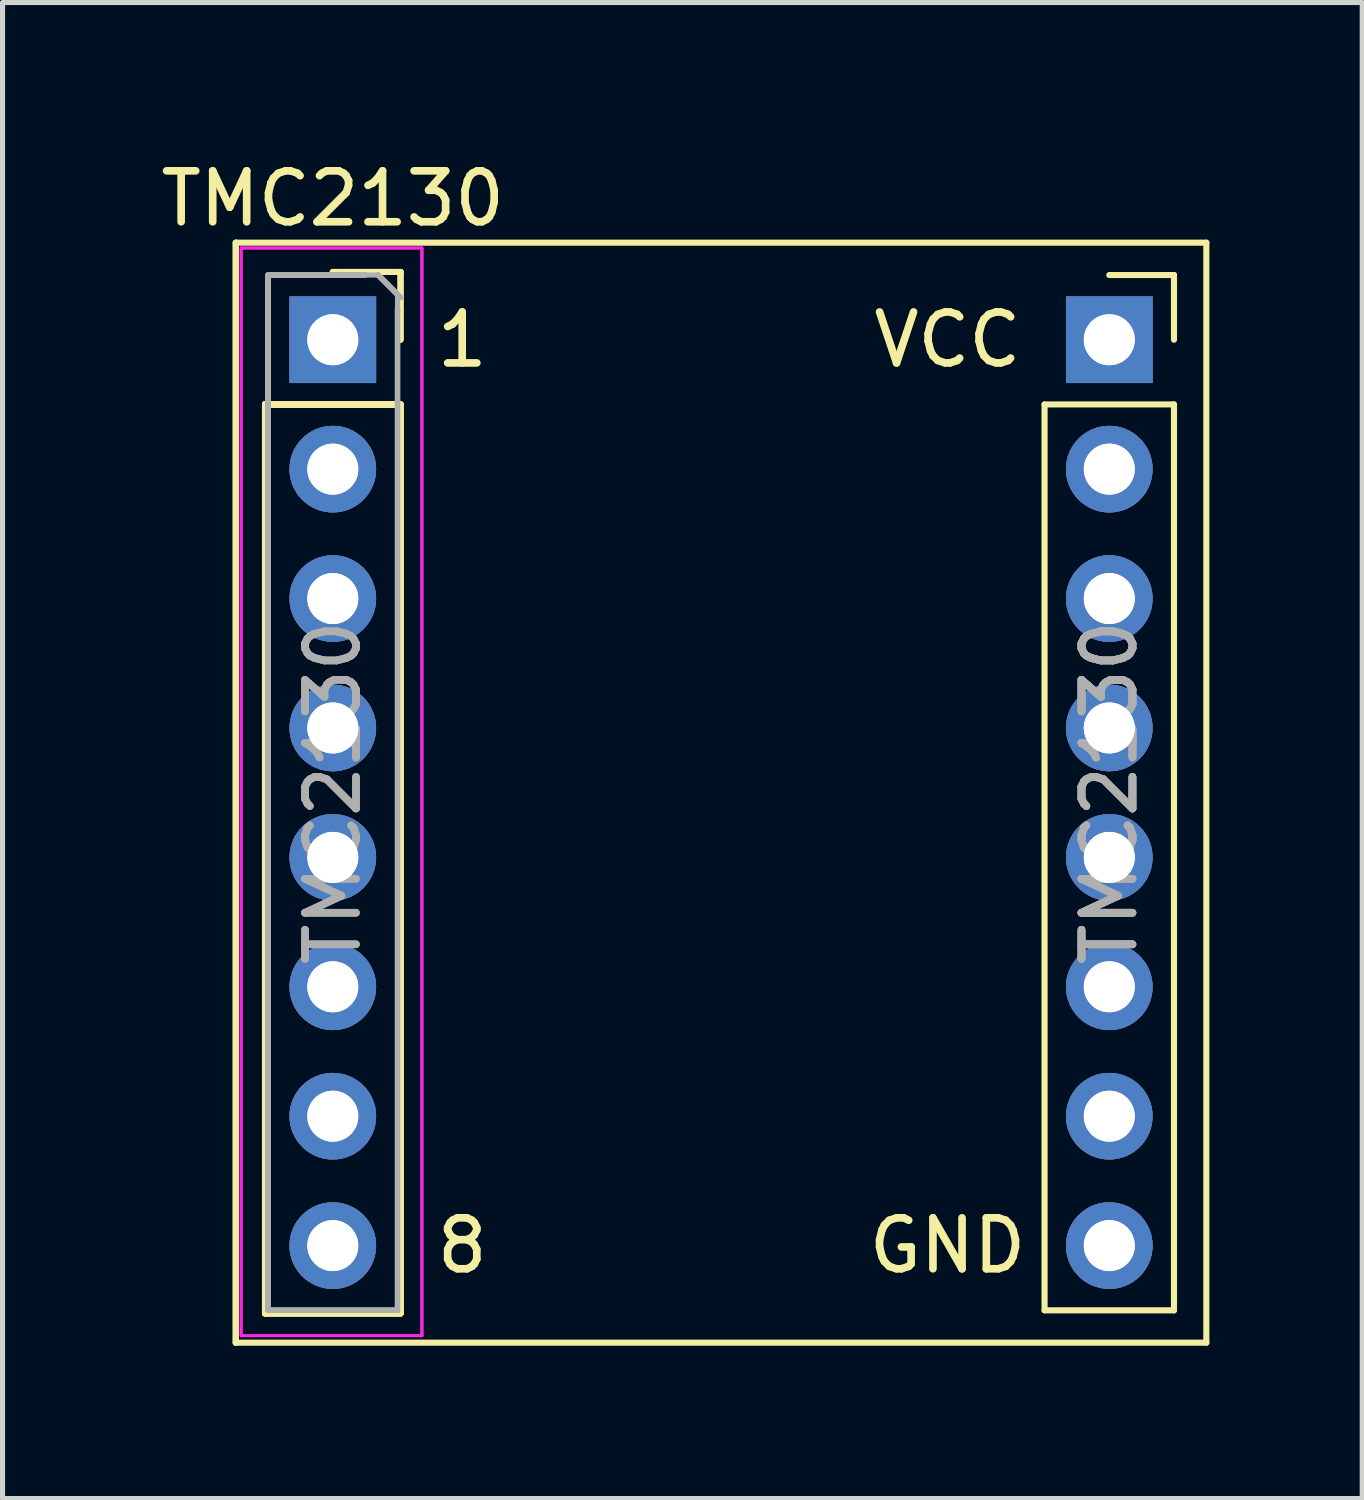
<source format=kicad_pcb>
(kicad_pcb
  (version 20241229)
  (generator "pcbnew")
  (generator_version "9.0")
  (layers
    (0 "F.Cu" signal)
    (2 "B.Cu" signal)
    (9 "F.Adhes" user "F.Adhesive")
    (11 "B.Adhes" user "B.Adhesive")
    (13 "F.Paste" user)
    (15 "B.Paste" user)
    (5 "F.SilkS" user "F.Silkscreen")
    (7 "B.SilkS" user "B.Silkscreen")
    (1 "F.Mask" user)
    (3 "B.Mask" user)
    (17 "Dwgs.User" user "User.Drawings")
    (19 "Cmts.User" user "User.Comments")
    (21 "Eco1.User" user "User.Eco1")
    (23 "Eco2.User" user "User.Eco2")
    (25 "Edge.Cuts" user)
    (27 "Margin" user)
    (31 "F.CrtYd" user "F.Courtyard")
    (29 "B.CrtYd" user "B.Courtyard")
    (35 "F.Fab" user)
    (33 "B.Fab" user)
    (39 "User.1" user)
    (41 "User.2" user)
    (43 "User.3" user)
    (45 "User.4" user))
  (footprint "TMC2130"
    (layer "F.Cu")
    (at 3.482 3.618)
    (property "Reference" "TMC2130" (at 0 -2.77 0) (layer "F.SilkS") (effects (font (size 1 1) (thickness 0.15))))
    (attr through_hole)
    (fp_line (start -1.905 19.685) (end -1.905 -1.905) (stroke (width 0.12) (type solid)) (layer "F.SilkS"))
    (fp_line (start -1.905 19.685) (end -1.905 -1.905) (stroke (width 0.12) (type solid)) (layer "F.SilkS"))
    (fp_line (start -1.905 19.685) (end 17.145 19.685) (stroke (width 0.12) (type solid)) (layer "F.SilkS"))
    (fp_line (start -1.33 1.27) (end -1.33 19.11) (stroke (width 0.12) (type solid)) (layer "F.SilkS"))
    (fp_line (start -1.33 1.27) (end -1.33 19.11) (stroke (width 0.12) (type solid)) (layer "F.SilkS"))
    (fp_line (start -1.33 1.27) (end -1.33 19.11) (stroke (width 0.12) (type solid)) (layer "F.SilkS"))
    (fp_line (start -1.33 1.27) (end -1.33 19.11) (stroke (width 0.12) (type solid)) (layer "F.SilkS"))
    (fp_line (start -1.33 1.27) (end 1.33 1.27) (stroke (width 0.12) (type solid)) (layer "F.SilkS"))
    (fp_line (start -1.33 1.27) (end 1.33 1.27) (stroke (width 0.12) (type solid)) (layer "F.SilkS"))
    (fp_line (start -1.33 1.27) (end 1.33 1.27) (stroke (width 0.12) (type solid)) (layer "F.SilkS"))
    (fp_line (start -1.33 1.27) (end 1.33 1.27) (stroke (width 0.12) (type solid)) (layer "F.SilkS"))
    (fp_line (start -1.33 1.27) (end 1.33 1.27) (stroke (width 0.12) (type solid)) (layer "F.SilkS"))
    (fp_line (start -1.33 1.27) (end 1.33 1.27) (stroke (width 0.12) (type solid)) (layer "F.SilkS"))
    (fp_line (start -1.33 1.27) (end 1.33 1.27) (stroke (width 0.12) (type solid)) (layer "F.SilkS"))
    (fp_line (start -1.33 1.27) (end 1.33 1.27) (stroke (width 0.12) (type solid)) (layer "F.SilkS"))
    (fp_line (start -1.33 19.11) (end 1.33 19.11) (stroke (width 0.12) (type solid)) (layer "F.SilkS"))
    (fp_line (start -1.33 19.11) (end 1.33 19.11) (stroke (width 0.12) (type solid)) (layer "F.SilkS"))
    (fp_line (start -1.33 19.11) (end 1.33 19.11) (stroke (width 0.12) (type solid)) (layer "F.SilkS"))
    (fp_line (start -1.33 19.11) (end 1.33 19.11) (stroke (width 0.12) (type solid)) (layer "F.SilkS"))
    (fp_line (start 0 -1.33) (end 1.33 -1.33) (stroke (width 0.12) (type solid)) (layer "F.SilkS"))
    (fp_line (start 0 -1.33) (end 1.33 -1.33) (stroke (width 0.12) (type solid)) (layer "F.SilkS"))
    (fp_line (start 1.33 -1.33) (end 1.33 0) (stroke (width 0.12) (type solid)) (layer "F.SilkS"))
    (fp_line (start 1.33 -1.33) (end 1.33 0) (stroke (width 0.12) (type solid)) (layer "F.SilkS"))
    (fp_line (start 1.33 1.27) (end 1.33 19.11) (stroke (width 0.12) (type solid)) (layer "F.SilkS"))
    (fp_line (start 1.33 1.27) (end 1.33 19.11) (stroke (width 0.12) (type solid)) (layer "F.SilkS"))
    (fp_line (start 1.33 1.27) (end 1.33 19.11) (stroke (width 0.12) (type solid)) (layer "F.SilkS"))
    (fp_line (start 1.33 1.27) (end 1.33 19.11) (stroke (width 0.12) (type solid)) (layer "F.SilkS"))
    (fp_line (start 13.97 1.27) (end 13.97 19.05) (stroke (width 0.12) (type solid)) (layer "F.SilkS"))
    (fp_line (start 13.97 19.05) (end 16.51 19.05) (stroke (width 0.12) (type solid)) (layer "F.SilkS"))
    (fp_line (start 15.24 -1.27) (end 16.51 -1.27) (stroke (width 0.12) (type solid)) (layer "F.SilkS"))
    (fp_line (start 16.51 -1.27) (end 16.51 0) (stroke (width 0.12) (type solid)) (layer "F.SilkS"))
    (fp_line (start 16.51 1.27) (end 13.97 1.27) (stroke (width 0.12) (type solid)) (layer "F.SilkS"))
    (fp_line (start 16.51 19.05) (end 16.51 1.27) (stroke (width 0.12) (type solid)) (layer "F.SilkS"))
    (fp_line (start 17.145 -1.905) (end -1.905 -1.905) (stroke (width 0.12) (type solid)) (layer "F.SilkS"))
    (fp_line (start 17.145 -1.905) (end 17.145 19.685) (stroke (width 0.12) (type solid)) (layer "F.SilkS"))
    (fp_line (start -1.8 -1.8) (end 1.75 -1.8) (stroke (width 0.05) (type solid)) (layer "F.CrtYd"))
    (fp_line (start -1.8 -1.8) (end 1.75 -1.8) (stroke (width 0.05) (type solid)) (layer "F.CrtYd"))
    (fp_line (start -1.8 -1.8) (end 1.75 -1.8) (stroke (width 0.05) (type solid)) (layer "F.CrtYd"))
    (fp_line (start -1.8 -1.8) (end 1.75 -1.8) (stroke (width 0.05) (type solid)) (layer "F.CrtYd"))
    (fp_line (start -1.8 19.55) (end -1.8 -1.8) (stroke (width 0.05) (type solid)) (layer "F.CrtYd"))
    (fp_line (start -1.8 19.55) (end -1.8 -1.8) (stroke (width 0.05) (type solid)) (layer "F.CrtYd"))
    (fp_line (start -1.8 19.55) (end -1.8 -1.8) (stroke (width 0.05) (type solid)) (layer "F.CrtYd"))
    (fp_line (start -1.8 19.55) (end -1.8 -1.8) (stroke (width 0.05) (type solid)) (layer "F.CrtYd"))
    (fp_line (start 1.75 -1.8) (end 1.75 19.55) (stroke (width 0.05) (type solid)) (layer "F.CrtYd"))
    (fp_line (start 1.75 -1.8) (end 1.75 19.55) (stroke (width 0.05) (type solid)) (layer "F.CrtYd"))
    (fp_line (start 1.75 -1.8) (end 1.75 19.55) (stroke (width 0.05) (type solid)) (layer "F.CrtYd"))
    (fp_line (start 1.75 -1.8) (end 1.75 19.55) (stroke (width 0.05) (type solid)) (layer "F.CrtYd"))
    (fp_line (start 1.75 19.55) (end -1.8 19.55) (stroke (width 0.05) (type solid)) (layer "F.CrtYd"))
    (fp_line (start 1.75 19.55) (end -1.8 19.55) (stroke (width 0.05) (type solid)) (layer "F.CrtYd"))
    (fp_line (start 1.75 19.55) (end -1.8 19.55) (stroke (width 0.05) (type solid)) (layer "F.CrtYd"))
    (fp_line (start 1.75 19.55) (end -1.8 19.55) (stroke (width 0.05) (type solid)) (layer "F.CrtYd"))
    (fp_line (start -1.27 -1.27) (end 0.635 -1.27) (stroke (width 0.1) (type solid)) (layer "F.Fab"))
    (fp_line (start -1.27 -1.27) (end 0.635 -1.27) (stroke (width 0.1) (type solid)) (layer "F.Fab"))
    (fp_line (start -1.27 -1.27) (end 0.635 -1.27) (stroke (width 0.1) (type solid)) (layer "F.Fab"))
    (fp_line (start -1.27 -1.27) (end 0.635 -1.27) (stroke (width 0.1) (type solid)) (layer "F.Fab"))
    (fp_line (start -1.27 -1.27) (end 0.635 -1.27) (stroke (width 0.1) (type solid)) (layer "F.Fab"))
    (fp_line (start -1.27 -1.27) (end 0.635 -1.27) (stroke (width 0.1) (type solid)) (layer "F.Fab"))
    (fp_line (start -1.27 -1.27) (end 0.635 -1.27) (stroke (width 0.1) (type solid)) (layer "F.Fab"))
    (fp_line (start -1.27 -1.27) (end 0.889 -1.27) (stroke (width 0.1) (type solid)) (layer "F.Fab"))
    (fp_line (start -1.27 19.05) (end -1.27 -1.27) (stroke (width 0.1) (type solid)) (layer "F.Fab"))
    (fp_line (start -1.27 19.05) (end -1.27 -1.27) (stroke (width 0.1) (type solid)) (layer "F.Fab"))
    (fp_line (start -1.27 19.05) (end -1.27 -1.27) (stroke (width 0.1) (type solid)) (layer "F.Fab"))
    (fp_line (start -1.27 19.05) (end -1.27 -1.27) (stroke (width 0.1) (type solid)) (layer "F.Fab"))
    (fp_line (start -1.27 19.05) (end -1.27 -1.27) (stroke (width 0.1) (type solid)) (layer "F.Fab"))
    (fp_line (start -1.27 19.05) (end -1.27 -1.27) (stroke (width 0.1) (type solid)) (layer "F.Fab"))
    (fp_line (start -1.27 19.05) (end -1.27 -1.27) (stroke (width 0.1) (type solid)) (layer "F.Fab"))
    (fp_line (start -1.27 19.05) (end -1.27 -1.27) (stroke (width 0.1) (type solid)) (layer "F.Fab"))
    (fp_line (start 0.889 -1.27) (end 1.27 -0.889) (stroke (width 0.1) (type solid)) (layer "F.Fab"))
    (fp_line (start 0.889 -1.27) (end 1.27 -0.889) (stroke (width 0.1) (type solid)) (layer "F.Fab"))
    (fp_line (start 0.889 -1.27) (end 1.27 -0.889) (stroke (width 0.1) (type solid)) (layer "F.Fab"))
    (fp_line (start 0.889 -1.27) (end 1.27 -0.889) (stroke (width 0.1) (type solid)) (layer "F.Fab"))
    (fp_line (start 0.889 -1.27) (end 1.333 -0.826) (stroke (width 0.1) (type solid)) (layer "F.Fab"))
    (fp_line (start 0.889 -1.27) (end 1.333 -0.826) (stroke (width 0.1) (type solid)) (layer "F.Fab"))
    (fp_line (start 0.889 -1.27) (end 1.333 -0.826) (stroke (width 0.1) (type solid)) (layer "F.Fab"))
    (fp_line (start 0.889 -1.27) (end 1.333 -0.826) (stroke (width 0.1) (type solid)) (layer "F.Fab"))
    (fp_line (start 1.27 -0.889) (end 1.27 19.05) (stroke (width 0.1) (type solid)) (layer "F.Fab"))
    (fp_line (start 1.27 -0.635) (end 1.27 19.05) (stroke (width 0.1) (type solid)) (layer "F.Fab"))
    (fp_line (start 1.27 -0.635) (end 1.27 19.05) (stroke (width 0.1) (type solid)) (layer "F.Fab"))
    (fp_line (start 1.27 -0.635) (end 1.27 19.05) (stroke (width 0.1) (type solid)) (layer "F.Fab"))
    (fp_line (start 1.27 -0.635) (end 1.27 19.05) (stroke (width 0.1) (type solid)) (layer "F.Fab"))
    (fp_line (start 1.27 -0.635) (end 1.27 19.05) (stroke (width 0.1) (type solid)) (layer "F.Fab"))
    (fp_line (start 1.27 -0.635) (end 1.27 19.05) (stroke (width 0.1) (type solid)) (layer "F.Fab"))
    (fp_line (start 1.27 -0.635) (end 1.27 19.05) (stroke (width 0.1) (type solid)) (layer "F.Fab"))
    (fp_line (start 1.27 19.05) (end -1.27 19.05) (stroke (width 0.1) (type solid)) (layer "F.Fab"))
    (fp_line (start 1.27 19.05) (end -1.27 19.05) (stroke (width 0.1) (type solid)) (layer "F.Fab"))
    (fp_line (start 1.27 19.05) (end -1.27 19.05) (stroke (width 0.1) (type solid)) (layer "F.Fab"))
    (fp_line (start 1.27 19.05) (end -1.27 19.05) (stroke (width 0.1) (type solid)) (layer "F.Fab"))
    (fp_line (start 1.27 19.05) (end -1.27 19.05) (stroke (width 0.1) (type solid)) (layer "F.Fab"))
    (fp_line (start 1.27 19.05) (end -1.27 19.05) (stroke (width 0.1) (type solid)) (layer "F.Fab"))
    (fp_line (start 1.27 19.05) (end -1.27 19.05) (stroke (width 0.1) (type solid)) (layer "F.Fab"))
    (fp_line (start 1.27 19.05) (end -1.27 19.05) (stroke (width 0.1) (type solid)) (layer "F.Fab"))
    (fp_text user "VCC" (at 12.065 0 0) (layer "F.SilkS") (effects (font (size 1 1) (thickness 0.15))))
    (fp_text user "1" (at 2.54 0 0) (layer "F.SilkS") (effects (font (size 1 1) (thickness 0.15))))
    (fp_text user "GND" (at 12.065 17.78 0) (layer "F.SilkS") (effects (font (size 1 1) (thickness 0.15))))
    (fp_text user "8" (at 2.54 17.78 0) (layer "F.SilkS") (effects (font (size 1 1) (thickness 0.15))))
    (fp_text user "${REFERENCE}" (at 15.24 8.89 90) (layer "F.Fab") (effects (font (size 1 1) (thickness 0.15))))
    (fp_text user "${REFERENCE}" (at 15.24 8.89 90) (layer "F.Fab") (effects (font (size 1 1) (thickness 0.15))))
    (fp_text user "${REFERENCE}" (at 15.24 8.89 90) (layer "F.Fab") (effects (font (size 1 1) (thickness 0.15))))
    (fp_text user "${REFERENCE}" (at 0 8.89 90) (layer "F.Fab") (effects (font (size 1 1) (thickness 0.15))))
    (fp_text user "${REFERENCE}" (at 15.24 8.89 90) (layer "F.Fab") (effects (font (size 1 1) (thickness 0.15))))
    (fp_text user "${REFERENCE}" (at 0 8.89 90) (layer "F.Fab") (effects (font (size 1 1) (thickness 0.15))))
    (pad "1" thru_hole rect (at 0 0) (size 1.7 1.7) (drill 1) (layers "*.Cu" "*.Mask"))
    (pad "1" thru_hole rect (at 0 0) (size 1.7 1.7) (drill 1) (layers "*.Cu" "*.Mask"))
    (pad "2" thru_hole oval (at 0 2.54) (size 1.7 1.7) (drill 1) (layers "*.Cu" "*.Mask"))
    (pad "2" thru_hole oval (at 0 2.54) (size 1.7 1.7) (drill 1) (layers "*.Cu" "*.Mask"))
    (pad "3" thru_hole oval (at 0 5.08) (size 1.7 1.7) (drill 1) (layers "*.Cu" "*.Mask"))
    (pad "3" thru_hole oval (at 0 5.08) (size 1.7 1.7) (drill 1) (layers "*.Cu" "*.Mask"))
    (pad "4" thru_hole oval (at 0 7.62) (size 1.7 1.7) (drill 1) (layers "*.Cu" "*.Mask"))
    (pad "4" thru_hole oval (at 0 7.62) (size 1.7 1.7) (drill 1) (layers "*.Cu" "*.Mask"))
    (pad "5" thru_hole oval (at 0 10.16) (size 1.7 1.7) (drill 1) (layers "*.Cu" "*.Mask"))
    (pad "5" thru_hole oval (at 0 10.16) (size 1.7 1.7) (drill 1) (layers "*.Cu" "*.Mask"))
    (pad "6" thru_hole oval (at 0 12.7) (size 1.7 1.7) (drill 1) (layers "*.Cu" "*.Mask"))
    (pad "6" thru_hole oval (at 0 12.7) (size 1.7 1.7) (drill 1) (layers "*.Cu" "*.Mask"))
    (pad "7" thru_hole oval (at 0 15.24) (size 1.7 1.7) (drill 1) (layers "*.Cu" "*.Mask"))
    (pad "7" thru_hole oval (at 0 15.24) (size 1.7 1.7) (drill 1) (layers "*.Cu" "*.Mask"))
    (pad "8" thru_hole oval (at 0 17.78) (size 1.7 1.7) (drill 1) (layers "*.Cu" "*.Mask"))
    (pad "8" thru_hole oval (at 0 17.78) (size 1.7 1.7) (drill 1) (layers "*.Cu" "*.Mask"))
    (pad "9" thru_hole oval (at 15.24 17.78) (size 1.7 1.7) (drill 1) (layers "*.Cu" "*.Mask"))
    (pad "9" thru_hole oval (at 15.24 17.78) (size 1.7 1.7) (drill 1) (layers "*.Cu" "*.Mask"))
    (pad "10" thru_hole oval (at 15.24 15.24) (size 1.7 1.7) (drill 1) (layers "*.Cu" "*.Mask"))
    (pad "10" thru_hole oval (at 15.24 15.24) (size 1.7 1.7) (drill 1) (layers "*.Cu" "*.Mask"))
    (pad "11" thru_hole oval (at 15.24 12.7) (size 1.7 1.7) (drill 1) (layers "*.Cu" "*.Mask"))
    (pad "11" thru_hole oval (at 15.24 12.7) (size 1.7 1.7) (drill 1) (layers "*.Cu" "*.Mask"))
    (pad "12" thru_hole oval (at 15.24 10.16) (size 1.7 1.7) (drill 1) (layers "*.Cu" "*.Mask"))
    (pad "12" thru_hole oval (at 15.24 10.16) (size 1.7 1.7) (drill 1) (layers "*.Cu" "*.Mask"))
    (pad "13" thru_hole oval (at 15.24 7.62) (size 1.7 1.7) (drill 1) (layers "*.Cu" "*.Mask"))
    (pad "13" thru_hole oval (at 15.24 7.62) (size 1.7 1.7) (drill 1) (layers "*.Cu" "*.Mask"))
    (pad "14" thru_hole oval (at 15.24 5.08) (size 1.7 1.7) (drill 1) (layers "*.Cu" "*.Mask"))
    (pad "14" thru_hole oval (at 15.24 5.08) (size 1.7 1.7) (drill 1) (layers "*.Cu" "*.Mask"))
    (pad "15" thru_hole oval (at 15.24 2.54) (size 1.7 1.7) (drill 1) (layers "*.Cu" "*.Mask"))
    (pad "15" thru_hole oval (at 15.24 2.54) (size 1.7 1.7) (drill 1) (layers "*.Cu" "*.Mask"))
    (pad "16" thru_hole rect (at 15.24 0) (size 1.7 1.7) (drill 1) (layers "*.Cu" "*.Mask"))
    (pad "16" thru_hole rect (at 15.24 0) (size 1.7 1.7) (drill 1) (layers "*.Cu" "*.Mask")))
  (gr_rect
    (start -3 -3)
    (end 23.687 26.363)
    (stroke (width 0.1) (type default))
    (fill no)
    (layer "Edge.Cuts")))
</source>
